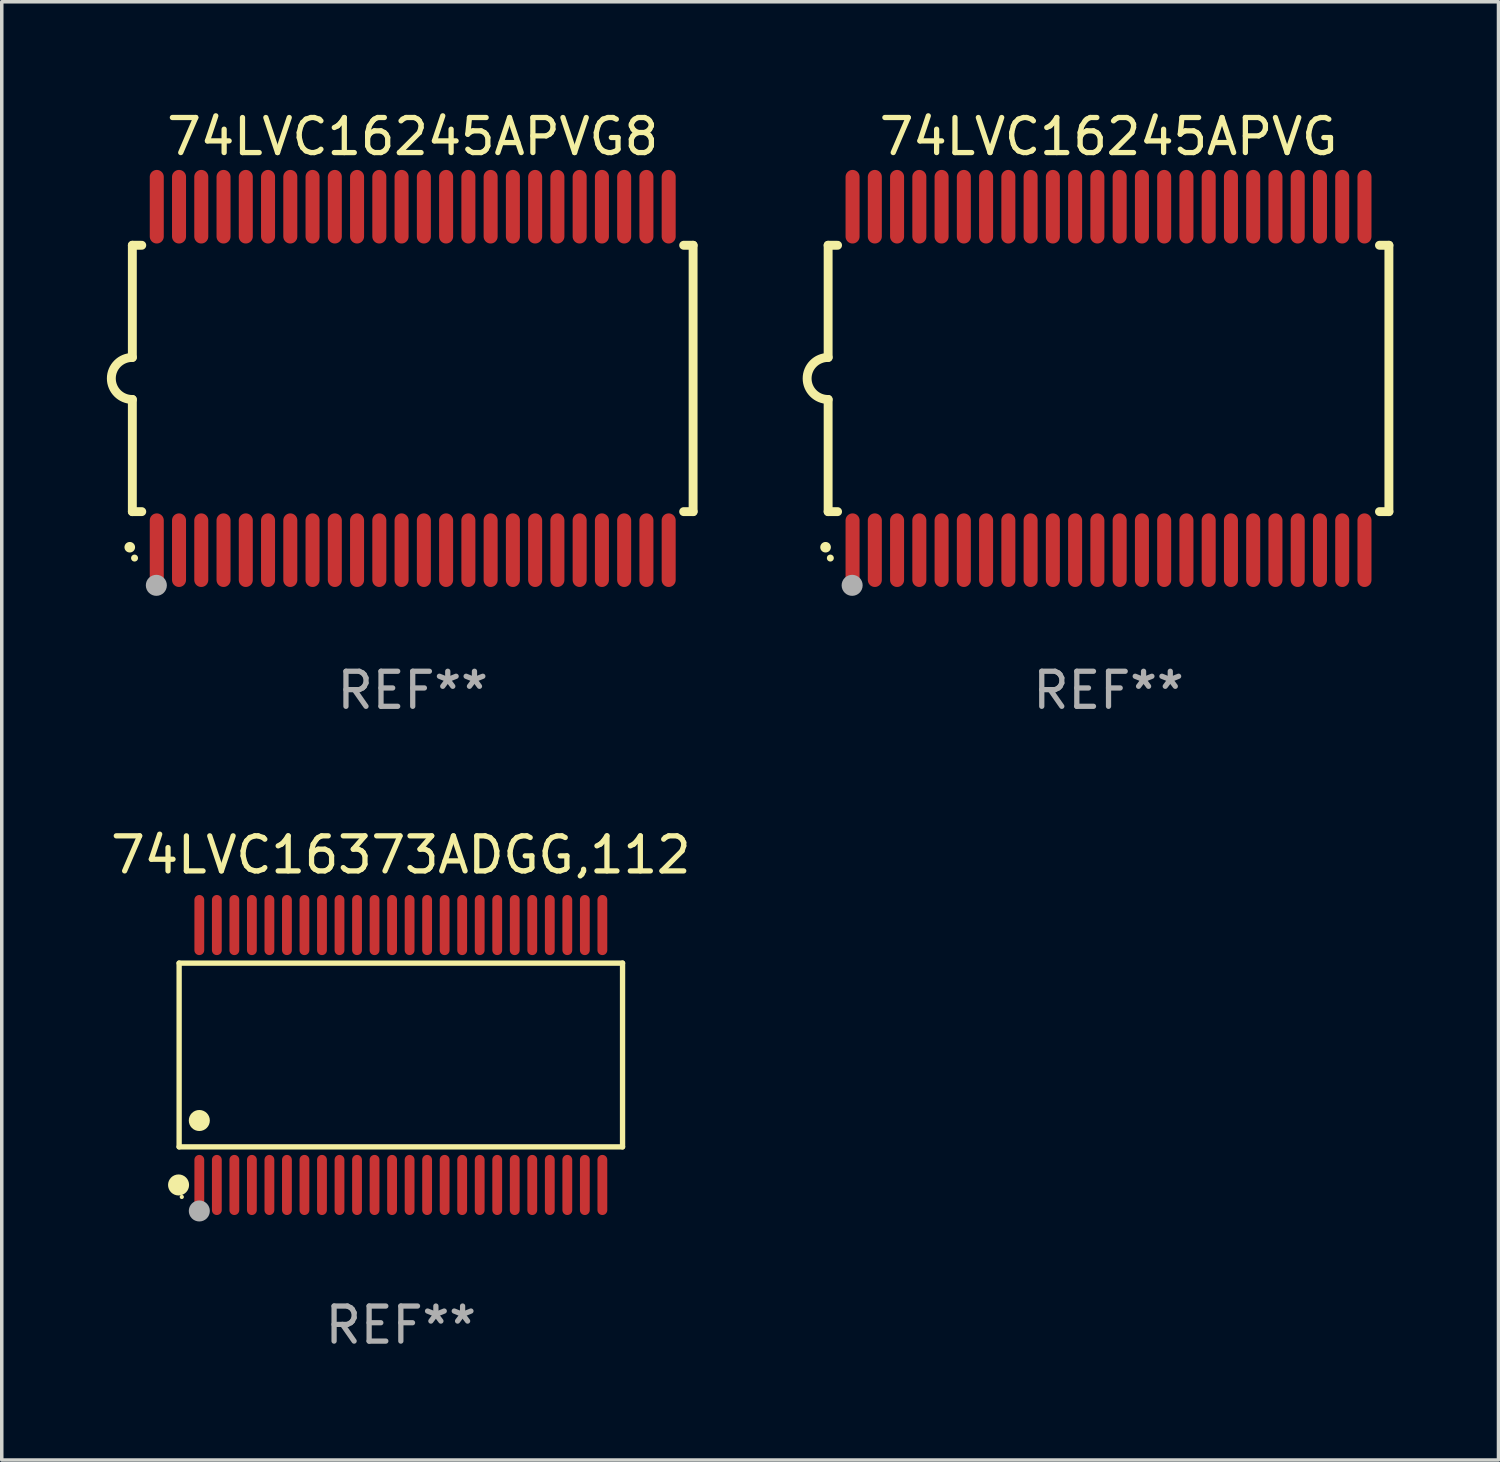
<source format=kicad_pcb>
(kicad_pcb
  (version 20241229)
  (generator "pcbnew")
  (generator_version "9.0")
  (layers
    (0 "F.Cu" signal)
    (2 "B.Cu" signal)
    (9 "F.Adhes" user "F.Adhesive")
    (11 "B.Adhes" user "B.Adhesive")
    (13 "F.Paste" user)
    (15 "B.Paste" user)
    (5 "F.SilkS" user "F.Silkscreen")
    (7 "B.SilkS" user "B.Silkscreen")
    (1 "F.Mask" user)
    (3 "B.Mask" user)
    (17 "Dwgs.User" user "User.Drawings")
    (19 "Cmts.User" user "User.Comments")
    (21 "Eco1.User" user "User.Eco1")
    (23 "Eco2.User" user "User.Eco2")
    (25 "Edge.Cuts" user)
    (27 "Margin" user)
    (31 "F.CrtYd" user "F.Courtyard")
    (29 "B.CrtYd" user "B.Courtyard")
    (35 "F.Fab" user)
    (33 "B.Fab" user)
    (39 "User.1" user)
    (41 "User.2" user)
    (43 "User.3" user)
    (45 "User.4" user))
  (footprint "74LVC16373ADGG,112"
    (layer "F.Cu")
    (at 8.387 27.052)
    (property "Reference" "74LVC16373ADGG,112" (at 0 -5.708 0) (layer "F.SilkS") (effects (font (size 1 1) (thickness 0.15))))
    (attr through_hole)
    (fp_line (start -6.326 -2.622) (end 6.326 -2.622) (stroke (width 0.152) (type solid)) (layer "F.SilkS"))
    (fp_line (start -6.326 2.621) (end -6.326 -2.622) (stroke (width 0.152) (type solid)) (layer "F.SilkS"))
    (fp_line (start 6.326 -2.622) (end 6.326 2.621) (stroke (width 0.152) (type solid)) (layer "F.SilkS"))
    (fp_line (start 6.326 2.621) (end -6.326 2.621) (stroke (width 0.152) (type solid)) (layer "F.SilkS"))
    (fp_circle (center -6.342 3.708) (end -6.192 3.708) (stroke (width 0.3) (type solid)) (fill no) (layer "F.SilkS"))
    (fp_circle (center -6.25 4.05) (end -6.22 4.05) (stroke (width 0.06) (type solid)) (fill no) (layer "F.SilkS"))
    (fp_circle (center -5.75 1.869) (end -5.6 1.869) (stroke (width 0.3) (type solid)) (fill no) (layer "F.SilkS"))
    (fp_circle (center -5.75 4.45) (end -5.6 4.45) (stroke (width 0.3) (type solid)) (fill no) (layer "F.Fab"))
    (fp_text user "REF**" (at 0 7.708 0) (layer "F.Fab") (effects (font (size 1 1) (thickness 0.15))))
    (pad "1" smd oval (at -5.75 3.708) (size 0.28 1.715) (layers "F.Cu" "F.Mask" "F.Paste"))
    (pad "2" smd oval (at -5.25 3.708) (size 0.28 1.715) (layers "F.Cu" "F.Mask" "F.Paste"))
    (pad "3" smd oval (at -4.75 3.708) (size 0.28 1.715) (layers "F.Cu" "F.Mask" "F.Paste"))
    (pad "4" smd oval (at -4.25 3.708) (size 0.28 1.715) (layers "F.Cu" "F.Mask" "F.Paste"))
    (pad "5" smd oval (at -3.75 3.708) (size 0.28 1.715) (layers "F.Cu" "F.Mask" "F.Paste"))
    (pad "6" smd oval (at -3.25 3.708) (size 0.28 1.715) (layers "F.Cu" "F.Mask" "F.Paste"))
    (pad "7" smd oval (at -2.75 3.708) (size 0.28 1.715) (layers "F.Cu" "F.Mask" "F.Paste"))
    (pad "8" smd oval (at -2.25 3.708) (size 0.28 1.715) (layers "F.Cu" "F.Mask" "F.Paste"))
    (pad "9" smd oval (at -1.75 3.708) (size 0.28 1.715) (layers "F.Cu" "F.Mask" "F.Paste"))
    (pad "10" smd oval (at -1.25 3.708) (size 0.28 1.715) (layers "F.Cu" "F.Mask" "F.Paste"))
    (pad "11" smd oval (at -0.75 3.708) (size 0.28 1.715) (layers "F.Cu" "F.Mask" "F.Paste"))
    (pad "12" smd oval (at -0.25 3.708) (size 0.28 1.715) (layers "F.Cu" "F.Mask" "F.Paste"))
    (pad "13" smd oval (at 0.25 3.708) (size 0.28 1.715) (layers "F.Cu" "F.Mask" "F.Paste"))
    (pad "14" smd oval (at 0.75 3.708) (size 0.28 1.715) (layers "F.Cu" "F.Mask" "F.Paste"))
    (pad "15" smd oval (at 1.25 3.708) (size 0.28 1.715) (layers "F.Cu" "F.Mask" "F.Paste"))
    (pad "16" smd oval (at 1.75 3.708) (size 0.28 1.715) (layers "F.Cu" "F.Mask" "F.Paste"))
    (pad "17" smd oval (at 2.25 3.708) (size 0.28 1.715) (layers "F.Cu" "F.Mask" "F.Paste"))
    (pad "18" smd oval (at 2.75 3.708) (size 0.28 1.715) (layers "F.Cu" "F.Mask" "F.Paste"))
    (pad "19" smd oval (at 3.25 3.708) (size 0.28 1.715) (layers "F.Cu" "F.Mask" "F.Paste"))
    (pad "20" smd oval (at 3.75 3.708) (size 0.28 1.715) (layers "F.Cu" "F.Mask" "F.Paste"))
    (pad "21" smd oval (at 4.25 3.708) (size 0.28 1.715) (layers "F.Cu" "F.Mask" "F.Paste"))
    (pad "22" smd oval (at 4.75 3.708) (size 0.28 1.715) (layers "F.Cu" "F.Mask" "F.Paste"))
    (pad "23" smd oval (at 5.25 3.708) (size 0.28 1.715) (layers "F.Cu" "F.Mask" "F.Paste"))
    (pad "24" smd oval (at 5.75 3.708) (size 0.28 1.715) (layers "F.Cu" "F.Mask" "F.Paste"))
    (pad "25" smd oval (at 5.75 -3.708) (size 0.28 1.715) (layers "F.Cu" "F.Mask" "F.Paste"))
    (pad "26" smd oval (at 5.25 -3.708) (size 0.28 1.715) (layers "F.Cu" "F.Mask" "F.Paste"))
    (pad "27" smd oval (at 4.75 -3.708) (size 0.28 1.715) (layers "F.Cu" "F.Mask" "F.Paste"))
    (pad "28" smd oval (at 4.25 -3.708) (size 0.28 1.715) (layers "F.Cu" "F.Mask" "F.Paste"))
    (pad "29" smd oval (at 3.75 -3.708) (size 0.28 1.715) (layers "F.Cu" "F.Mask" "F.Paste"))
    (pad "30" smd oval (at 3.25 -3.708) (size 0.28 1.715) (layers "F.Cu" "F.Mask" "F.Paste"))
    (pad "31" smd oval (at 2.75 -3.708) (size 0.28 1.715) (layers "F.Cu" "F.Mask" "F.Paste"))
    (pad "32" smd oval (at 2.25 -3.708) (size 0.28 1.715) (layers "F.Cu" "F.Mask" "F.Paste"))
    (pad "33" smd oval (at 1.75 -3.708) (size 0.28 1.715) (layers "F.Cu" "F.Mask" "F.Paste"))
    (pad "34" smd oval (at 1.25 -3.708) (size 0.28 1.715) (layers "F.Cu" "F.Mask" "F.Paste"))
    (pad "35" smd oval (at 0.75 -3.708) (size 0.28 1.715) (layers "F.Cu" "F.Mask" "F.Paste"))
    (pad "36" smd oval (at 0.25 -3.708) (size 0.28 1.715) (layers "F.Cu" "F.Mask" "F.Paste"))
    (pad "37" smd oval (at -0.25 -3.708) (size 0.28 1.715) (layers "F.Cu" "F.Mask" "F.Paste"))
    (pad "38" smd oval (at -0.75 -3.708) (size 0.28 1.715) (layers "F.Cu" "F.Mask" "F.Paste"))
    (pad "39" smd oval (at -1.25 -3.708) (size 0.28 1.715) (layers "F.Cu" "F.Mask" "F.Paste"))
    (pad "40" smd oval (at -1.75 -3.708) (size 0.28 1.715) (layers "F.Cu" "F.Mask" "F.Paste"))
    (pad "41" smd oval (at -2.25 -3.708) (size 0.28 1.715) (layers "F.Cu" "F.Mask" "F.Paste"))
    (pad "42" smd oval (at -2.75 -3.708) (size 0.28 1.715) (layers "F.Cu" "F.Mask" "F.Paste"))
    (pad "43" smd oval (at -3.25 -3.708) (size 0.28 1.715) (layers "F.Cu" "F.Mask" "F.Paste"))
    (pad "44" smd oval (at -3.75 -3.708) (size 0.28 1.715) (layers "F.Cu" "F.Mask" "F.Paste"))
    (pad "45" smd oval (at -4.25 -3.708) (size 0.28 1.715) (layers "F.Cu" "F.Mask" "F.Paste"))
    (pad "46" smd oval (at -4.75 -3.708) (size 0.28 1.715) (layers "F.Cu" "F.Mask" "F.Paste"))
    (pad "47" smd oval (at -5.25 -3.708) (size 0.28 1.715) (layers "F.Cu" "F.Mask" "F.Paste"))
    (pad "48" smd oval (at -5.75 -3.708) (size 0.28 1.715) (layers "F.Cu" "F.Mask" "F.Paste")))
  (footprint "74LVC16245APVG"
    (layer "F.Cu")
    (at 28.579 7.748)
    (property "Reference" "74LVC16245APVG" (at 0 -6.9 0) (layer "F.SilkS") (effects (font (size 1 1) (thickness 0.15))))
    (attr through_hole)
    (fp_line (start -8 -3.8) (end -8 -0.599) (stroke (width 0.254) (type solid)) (layer "F.SilkS"))
    (fp_line (start -8 -3.8) (end -7.731 -3.8) (stroke (width 0.254) (type solid)) (layer "F.SilkS"))
    (fp_line (start -8 3.8) (end -8 0.599) (stroke (width 0.254) (type solid)) (layer "F.SilkS"))
    (fp_line (start -7.731 3.8) (end -8 3.8) (stroke (width 0.254) (type solid)) (layer "F.SilkS"))
    (fp_line (start 7.731 -3.8) (end 8 -3.8) (stroke (width 0.254) (type solid)) (layer "F.SilkS"))
    (fp_line (start 8 -3.8) (end 8 3.8) (stroke (width 0.254) (type solid)) (layer "F.SilkS"))
    (fp_line (start 8 3.8) (end 7.731 3.8) (stroke (width 0.254) (type solid)) (layer "F.SilkS"))
    (fp_arc (start -8.074676 4.81585) (mid -8.073406 4.815845) (end -8.072136 4.81585) (stroke (width 0.3) (type solid)) (layer "F.SilkS"))
    (fp_arc (start -8.000025 0.6) (mid -8.598908 0.00056) (end -8.000027 -0.598882) (stroke (width 0.254001) (type solid)) (layer "F.SilkS"))
    (fp_circle (center -7.937 5.125) (end -7.887 5.125) (stroke (width 0.1) (type solid)) (fill no) (layer "F.SilkS"))
    (fp_circle (center -7.315 5.903) (end -7.165 5.903) (stroke (width 0.3) (type solid)) (fill no) (layer "F.Fab"))
    (fp_text user "REF**" (at 0 8.9 0) (layer "F.Fab") (effects (font (size 1 1) (thickness 0.15))))
    (pad "1" smd oval (at -7.303 4.9) (size 0.4 2.1) (layers "F.Cu" "F.Mask" "F.Paste"))
    (pad "2" smd oval (at -6.668 4.9) (size 0.4 2.1) (layers "F.Cu" "F.Mask" "F.Paste"))
    (pad "3" smd oval (at -6.033 4.9) (size 0.4 2.1) (layers "F.Cu" "F.Mask" "F.Paste"))
    (pad "4" smd oval (at -5.398 4.9) (size 0.4 2.1) (layers "F.Cu" "F.Mask" "F.Paste"))
    (pad "5" smd oval (at -4.763 4.9) (size 0.4 2.1) (layers "F.Cu" "F.Mask" "F.Paste"))
    (pad "6" smd oval (at -4.128 4.9) (size 0.4 2.1) (layers "F.Cu" "F.Mask" "F.Paste"))
    (pad "7" smd oval (at -3.493 4.9) (size 0.4 2.1) (layers "F.Cu" "F.Mask" "F.Paste"))
    (pad "8" smd oval (at -2.858 4.9) (size 0.4 2.1) (layers "F.Cu" "F.Mask" "F.Paste"))
    (pad "9" smd oval (at -2.223 4.9) (size 0.4 2.1) (layers "F.Cu" "F.Mask" "F.Paste"))
    (pad "10" smd oval (at -1.588 4.9) (size 0.4 2.1) (layers "F.Cu" "F.Mask" "F.Paste"))
    (pad "11" smd oval (at -0.953 4.9) (size 0.4 2.1) (layers "F.Cu" "F.Mask" "F.Paste"))
    (pad "12" smd oval (at -0.318 4.9) (size 0.4 2.1) (layers "F.Cu" "F.Mask" "F.Paste"))
    (pad "13" smd oval (at 0.318 4.9) (size 0.4 2.1) (layers "F.Cu" "F.Mask" "F.Paste"))
    (pad "14" smd oval (at 0.953 4.9) (size 0.4 2.1) (layers "F.Cu" "F.Mask" "F.Paste"))
    (pad "15" smd oval (at 1.588 4.9) (size 0.4 2.1) (layers "F.Cu" "F.Mask" "F.Paste"))
    (pad "16" smd oval (at 2.223 4.9) (size 0.4 2.1) (layers "F.Cu" "F.Mask" "F.Paste"))
    (pad "17" smd oval (at 2.858 4.9) (size 0.4 2.1) (layers "F.Cu" "F.Mask" "F.Paste"))
    (pad "18" smd oval (at 3.493 4.9) (size 0.4 2.1) (layers "F.Cu" "F.Mask" "F.Paste"))
    (pad "19" smd oval (at 4.128 4.9) (size 0.4 2.1) (layers "F.Cu" "F.Mask" "F.Paste"))
    (pad "20" smd oval (at 4.763 4.9) (size 0.4 2.1) (layers "F.Cu" "F.Mask" "F.Paste"))
    (pad "21" smd oval (at 5.398 4.9) (size 0.4 2.1) (layers "F.Cu" "F.Mask" "F.Paste"))
    (pad "22" smd oval (at 6.033 4.9) (size 0.4 2.1) (layers "F.Cu" "F.Mask" "F.Paste"))
    (pad "23" smd oval (at 6.668 4.9) (size 0.4 2.1) (layers "F.Cu" "F.Mask" "F.Paste"))
    (pad "24" smd oval (at 7.303 4.9) (size 0.4 2.1) (layers "F.Cu" "F.Mask" "F.Paste"))
    (pad "25" smd oval (at 7.303 -4.9 180) (size 0.4 2.1) (layers "F.Cu" "F.Mask" "F.Paste"))
    (pad "26" smd oval (at 6.668 -4.9 180) (size 0.4 2.1) (layers "F.Cu" "F.Mask" "F.Paste"))
    (pad "27" smd oval (at 6.033 -4.9 180) (size 0.4 2.1) (layers "F.Cu" "F.Mask" "F.Paste"))
    (pad "28" smd oval (at 5.398 -4.9 180) (size 0.4 2.1) (layers "F.Cu" "F.Mask" "F.Paste"))
    (pad "29" smd oval (at 4.763 -4.9 180) (size 0.4 2.1) (layers "F.Cu" "F.Mask" "F.Paste"))
    (pad "30" smd oval (at 4.128 -4.9 180) (size 0.4 2.1) (layers "F.Cu" "F.Mask" "F.Paste"))
    (pad "31" smd oval (at 3.493 -4.9 180) (size 0.4 2.1) (layers "F.Cu" "F.Mask" "F.Paste"))
    (pad "32" smd oval (at 2.858 -4.9 180) (size 0.4 2.1) (layers "F.Cu" "F.Mask" "F.Paste"))
    (pad "33" smd oval (at 2.223 -4.9 180) (size 0.4 2.1) (layers "F.Cu" "F.Mask" "F.Paste"))
    (pad "34" smd oval (at 1.588 -4.9 180) (size 0.4 2.1) (layers "F.Cu" "F.Mask" "F.Paste"))
    (pad "35" smd oval (at 0.953 -4.9 180) (size 0.4 2.1) (layers "F.Cu" "F.Mask" "F.Paste"))
    (pad "36" smd oval (at 0.318 -4.9 180) (size 0.4 2.1) (layers "F.Cu" "F.Mask" "F.Paste"))
    (pad "37" smd oval (at -0.318 -4.9 180) (size 0.4 2.1) (layers "F.Cu" "F.Mask" "F.Paste"))
    (pad "38" smd oval (at -0.953 -4.9 180) (size 0.4 2.1) (layers "F.Cu" "F.Mask" "F.Paste"))
    (pad "39" smd oval (at -1.588 -4.9 180) (size 0.4 2.1) (layers "F.Cu" "F.Mask" "F.Paste"))
    (pad "40" smd oval (at -2.223 -4.9 180) (size 0.4 2.1) (layers "F.Cu" "F.Mask" "F.Paste"))
    (pad "41" smd oval (at -2.858 -4.9 180) (size 0.4 2.1) (layers "F.Cu" "F.Mask" "F.Paste"))
    (pad "42" smd oval (at -3.493 -4.9 180) (size 0.4 2.1) (layers "F.Cu" "F.Mask" "F.Paste"))
    (pad "43" smd oval (at -4.128 -4.9 180) (size 0.4 2.1) (layers "F.Cu" "F.Mask" "F.Paste"))
    (pad "44" smd oval (at -4.763 -4.9 180) (size 0.4 2.1) (layers "F.Cu" "F.Mask" "F.Paste"))
    (pad "45" smd oval (at -5.398 -4.9 180) (size 0.4 2.1) (layers "F.Cu" "F.Mask" "F.Paste"))
    (pad "46" smd oval (at -6.033 -4.9 180) (size 0.4 2.1) (layers "F.Cu" "F.Mask" "F.Paste"))
    (pad "47" smd oval (at -6.668 -4.9 180) (size 0.4 2.1) (layers "F.Cu" "F.Mask" "F.Paste"))
    (pad "48" smd oval (at -7.303 -4.9 180) (size 0.4 2.1) (layers "F.Cu" "F.Mask" "F.Paste")))
  (footprint "74LVC16245APVG8"
    (layer "F.Cu")
    (at 8.726 7.748)
    (property "Reference" "74LVC16245APVG8" (at 0 -6.9 0) (layer "F.SilkS") (effects (font (size 1 1) (thickness 0.15))))
    (attr through_hole)
    (fp_line (start -8 -3.8) (end -8 -0.599) (stroke (width 0.254) (type solid)) (layer "F.SilkS"))
    (fp_line (start -8 -3.8) (end -7.731 -3.8) (stroke (width 0.254) (type solid)) (layer "F.SilkS"))
    (fp_line (start -8 3.8) (end -8 0.599) (stroke (width 0.254) (type solid)) (layer "F.SilkS"))
    (fp_line (start -7.731 3.8) (end -8 3.8) (stroke (width 0.254) (type solid)) (layer "F.SilkS"))
    (fp_line (start 7.731 -3.8) (end 8 -3.8) (stroke (width 0.254) (type solid)) (layer "F.SilkS"))
    (fp_line (start 8 -3.8) (end 8 3.8) (stroke (width 0.254) (type solid)) (layer "F.SilkS"))
    (fp_line (start 8 3.8) (end 7.731 3.8) (stroke (width 0.254) (type solid)) (layer "F.SilkS"))
    (fp_arc (start -8.074676 4.81585) (mid -8.073406 4.815845) (end -8.072136 4.81585) (stroke (width 0.3) (type solid)) (layer "F.SilkS"))
    (fp_arc (start -8.000025 0.6) (mid -8.598908 0.00056) (end -8.000027 -0.598882) (stroke (width 0.254001) (type solid)) (layer "F.SilkS"))
    (fp_circle (center -7.937 5.125) (end -7.887 5.125) (stroke (width 0.1) (type solid)) (fill no) (layer "F.SilkS"))
    (fp_circle (center -7.315 5.903) (end -7.165 5.903) (stroke (width 0.3) (type solid)) (fill no) (layer "F.Fab"))
    (fp_text user "REF**" (at 0 8.9 0) (layer "F.Fab") (effects (font (size 1 1) (thickness 0.15))))
    (pad "1" smd oval (at -7.303 4.9) (size 0.4 2.1) (layers "F.Cu" "F.Mask" "F.Paste"))
    (pad "2" smd oval (at -6.668 4.9) (size 0.4 2.1) (layers "F.Cu" "F.Mask" "F.Paste"))
    (pad "3" smd oval (at -6.033 4.9) (size 0.4 2.1) (layers "F.Cu" "F.Mask" "F.Paste"))
    (pad "4" smd oval (at -5.398 4.9) (size 0.4 2.1) (layers "F.Cu" "F.Mask" "F.Paste"))
    (pad "5" smd oval (at -4.763 4.9) (size 0.4 2.1) (layers "F.Cu" "F.Mask" "F.Paste"))
    (pad "6" smd oval (at -4.128 4.9) (size 0.4 2.1) (layers "F.Cu" "F.Mask" "F.Paste"))
    (pad "7" smd oval (at -3.493 4.9) (size 0.4 2.1) (layers "F.Cu" "F.Mask" "F.Paste"))
    (pad "8" smd oval (at -2.858 4.9) (size 0.4 2.1) (layers "F.Cu" "F.Mask" "F.Paste"))
    (pad "9" smd oval (at -2.223 4.9) (size 0.4 2.1) (layers "F.Cu" "F.Mask" "F.Paste"))
    (pad "10" smd oval (at -1.588 4.9) (size 0.4 2.1) (layers "F.Cu" "F.Mask" "F.Paste"))
    (pad "11" smd oval (at -0.953 4.9) (size 0.4 2.1) (layers "F.Cu" "F.Mask" "F.Paste"))
    (pad "12" smd oval (at -0.318 4.9) (size 0.4 2.1) (layers "F.Cu" "F.Mask" "F.Paste"))
    (pad "13" smd oval (at 0.318 4.9) (size 0.4 2.1) (layers "F.Cu" "F.Mask" "F.Paste"))
    (pad "14" smd oval (at 0.953 4.9) (size 0.4 2.1) (layers "F.Cu" "F.Mask" "F.Paste"))
    (pad "15" smd oval (at 1.588 4.9) (size 0.4 2.1) (layers "F.Cu" "F.Mask" "F.Paste"))
    (pad "16" smd oval (at 2.223 4.9) (size 0.4 2.1) (layers "F.Cu" "F.Mask" "F.Paste"))
    (pad "17" smd oval (at 2.858 4.9) (size 0.4 2.1) (layers "F.Cu" "F.Mask" "F.Paste"))
    (pad "18" smd oval (at 3.493 4.9) (size 0.4 2.1) (layers "F.Cu" "F.Mask" "F.Paste"))
    (pad "19" smd oval (at 4.128 4.9) (size 0.4 2.1) (layers "F.Cu" "F.Mask" "F.Paste"))
    (pad "20" smd oval (at 4.763 4.9) (size 0.4 2.1) (layers "F.Cu" "F.Mask" "F.Paste"))
    (pad "21" smd oval (at 5.398 4.9) (size 0.4 2.1) (layers "F.Cu" "F.Mask" "F.Paste"))
    (pad "22" smd oval (at 6.033 4.9) (size 0.4 2.1) (layers "F.Cu" "F.Mask" "F.Paste"))
    (pad "23" smd oval (at 6.668 4.9) (size 0.4 2.1) (layers "F.Cu" "F.Mask" "F.Paste"))
    (pad "24" smd oval (at 7.303 4.9) (size 0.4 2.1) (layers "F.Cu" "F.Mask" "F.Paste"))
    (pad "25" smd oval (at 7.303 -4.9 180) (size 0.4 2.1) (layers "F.Cu" "F.Mask" "F.Paste"))
    (pad "26" smd oval (at 6.668 -4.9 180) (size 0.4 2.1) (layers "F.Cu" "F.Mask" "F.Paste"))
    (pad "27" smd oval (at 6.033 -4.9 180) (size 0.4 2.1) (layers "F.Cu" "F.Mask" "F.Paste"))
    (pad "28" smd oval (at 5.398 -4.9 180) (size 0.4 2.1) (layers "F.Cu" "F.Mask" "F.Paste"))
    (pad "29" smd oval (at 4.763 -4.9 180) (size 0.4 2.1) (layers "F.Cu" "F.Mask" "F.Paste"))
    (pad "30" smd oval (at 4.128 -4.9 180) (size 0.4 2.1) (layers "F.Cu" "F.Mask" "F.Paste"))
    (pad "31" smd oval (at 3.493 -4.9 180) (size 0.4 2.1) (layers "F.Cu" "F.Mask" "F.Paste"))
    (pad "32" smd oval (at 2.858 -4.9 180) (size 0.4 2.1) (layers "F.Cu" "F.Mask" "F.Paste"))
    (pad "33" smd oval (at 2.223 -4.9 180) (size 0.4 2.1) (layers "F.Cu" "F.Mask" "F.Paste"))
    (pad "34" smd oval (at 1.588 -4.9 180) (size 0.4 2.1) (layers "F.Cu" "F.Mask" "F.Paste"))
    (pad "35" smd oval (at 0.953 -4.9 180) (size 0.4 2.1) (layers "F.Cu" "F.Mask" "F.Paste"))
    (pad "36" smd oval (at 0.318 -4.9 180) (size 0.4 2.1) (layers "F.Cu" "F.Mask" "F.Paste"))
    (pad "37" smd oval (at -0.318 -4.9 180) (size 0.4 2.1) (layers "F.Cu" "F.Mask" "F.Paste"))
    (pad "38" smd oval (at -0.953 -4.9 180) (size 0.4 2.1) (layers "F.Cu" "F.Mask" "F.Paste"))
    (pad "39" smd oval (at -1.588 -4.9 180) (size 0.4 2.1) (layers "F.Cu" "F.Mask" "F.Paste"))
    (pad "40" smd oval (at -2.223 -4.9 180) (size 0.4 2.1) (layers "F.Cu" "F.Mask" "F.Paste"))
    (pad "41" smd oval (at -2.858 -4.9 180) (size 0.4 2.1) (layers "F.Cu" "F.Mask" "F.Paste"))
    (pad "42" smd oval (at -3.493 -4.9 180) (size 0.4 2.1) (layers "F.Cu" "F.Mask" "F.Paste"))
    (pad "43" smd oval (at -4.128 -4.9 180) (size 0.4 2.1) (layers "F.Cu" "F.Mask" "F.Paste"))
    (pad "44" smd oval (at -4.763 -4.9 180) (size 0.4 2.1) (layers "F.Cu" "F.Mask" "F.Paste"))
    (pad "45" smd oval (at -5.398 -4.9 180) (size 0.4 2.1) (layers "F.Cu" "F.Mask" "F.Paste"))
    (pad "46" smd oval (at -6.033 -4.9 180) (size 0.4 2.1) (layers "F.Cu" "F.Mask" "F.Paste"))
    (pad "47" smd oval (at -6.668 -4.9 180) (size 0.4 2.1) (layers "F.Cu" "F.Mask" "F.Paste"))
    (pad "48" smd oval (at -7.303 -4.9 180) (size 0.4 2.1) (layers "F.Cu" "F.Mask" "F.Paste")))
  (gr_rect
    (start -3 -3)
    (end 39.706 38.608)
    (stroke (width 0.1) (type default))
    (fill no)
    (layer "Edge.Cuts")))
</source>
